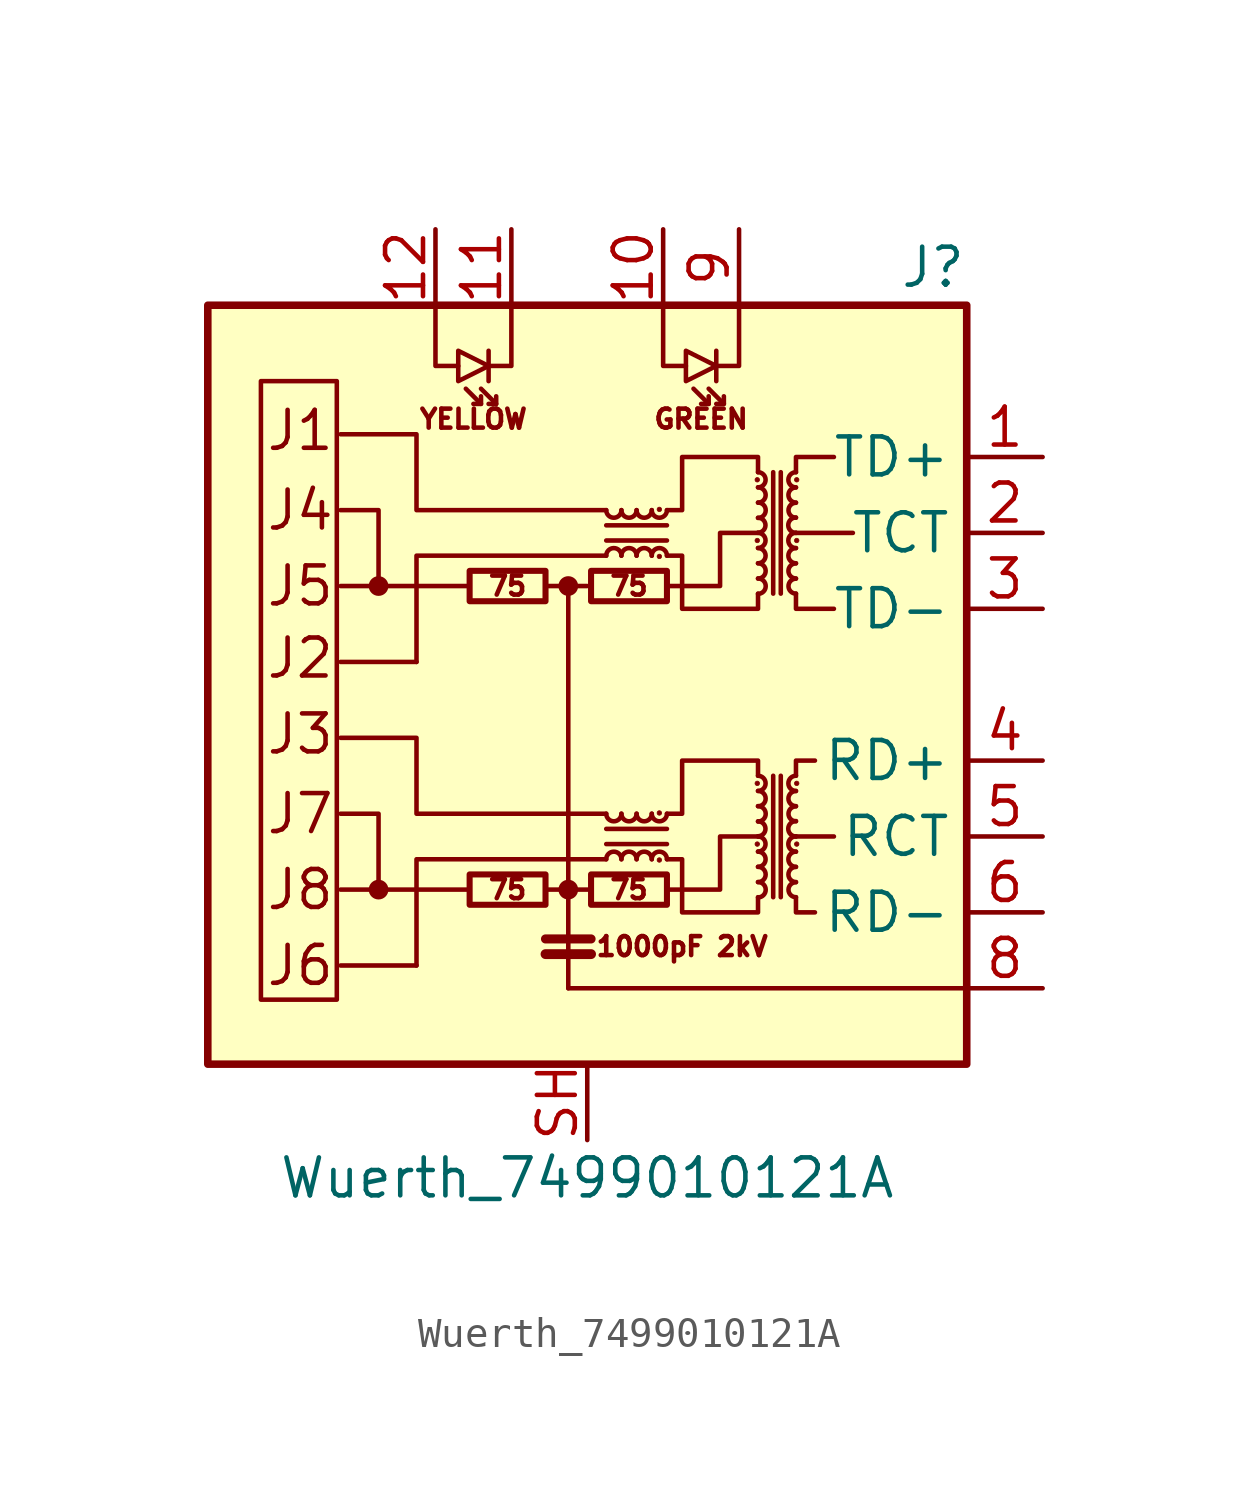
<source format=kicad_sym>
(kicad_symbol_lib
  (version 20220914)
  (generator kicad_symbol_editor)
  (symbol "Wuerth_7499010121A"
    (property "Reference" "J"
      (at 12.7 13.97 0)
      (effects (font (size 1.27 1.27)) (justify right)))
    (property "Value" "Wuerth_7499010121A"
      (at 0 -16.51 0)
      (effects (font (size 1.27 1.27))))
    (symbol "Wuerth_7499010121A_0_0"
      (rectangle (start -12.7 12.7) (end 12.7 -12.7) (stroke (width 0.254) (type solid)) (fill (type background)))
      (polyline (pts (xy -3.937 -6.858) (xy -8.255 -6.858)) (stroke (width 0) (type solid)) (fill (type none)))
      (polyline (pts (xy -3.937 3.302) (xy -8.255 3.302)) (stroke (width 0) (type solid)) (fill (type none)))
      (polyline (pts (xy -0.635 -10.16) (xy 12.7 -10.16)) (stroke (width 0) (type solid)) (fill (type none)))
      (polyline (pts (xy 8.255 -5.08) (xy 6.985 -5.08)) (stroke (width 0) (type solid)) (fill (type none)))
      (polyline (pts (xy 8.89 5.08) (xy 6.985 5.08)) (stroke (width 0) (type solid)) (fill (type none)))
      (polyline (pts (xy 0.635 -4.318) (xy -5.715 -4.318) (xy -5.715 -1.778) (xy -8.255 -1.778)) (stroke (width 0) (type solid)) (fill (type none)))
      (polyline (pts (xy 0.635 5.842) (xy -5.715 5.842) (xy -5.715 8.382) (xy -8.255 8.382)) (stroke (width 0) (type solid)) (fill (type none)))
      (polyline (pts (xy 2.667 -6.858) (xy 4.445 -6.858) (xy 4.445 -5.08) (xy 5.715 -5.08)) (stroke (width 0) (type solid)) (fill (type none)))
      (polyline (pts (xy 2.667 3.302) (xy 4.445 3.302) (xy 4.445 5.08) (xy 5.715 5.08)) (stroke (width 0) (type solid)) (fill (type none)))
      (text "1000pF 2kV" (at 3.175 -8.763 0) (effects (font (size 0.635 0.635))))
      (text "75" (at -2.667 -6.858 0) (effects (font (size 0.635 0.635))))
      (text "75" (at -2.667 3.302 0) (effects (font (size 0.635 0.635))))
      (text "75" (at 1.397 -6.858 0) (effects (font (size 0.635 0.635))))
      (text "75" (at 1.397 3.302 0) (effects (font (size 0.635 0.635))))
      (text "GREEN" (at 3.81 8.89 0) (effects (font (size 0.635 0.635))))
      (text "J1" (at -10.795 8.509 0) (effects (font (size 1.27 1.27)) (justify left)))
      (text "J2" (at -10.795 0.889 0) (effects (font (size 1.27 1.27)) (justify left)))
      (text "J3" (at -10.795 -1.651 0) (effects (font (size 1.27 1.27)) (justify left)))
      (text "J4" (at -10.795 5.842 0) (effects (font (size 1.27 1.27)) (justify left)))
      (text "J5" (at -10.795 3.302 0) (effects (font (size 1.27 1.27)) (justify left)))
      (text "J6" (at -10.795 -9.398 0) (effects (font (size 1.27 1.27)) (justify left)))
      (text "J7" (at -10.795 -4.318 0) (effects (font (size 1.27 1.27)) (justify left)))
      (text "J8" (at -10.795 -6.858 0) (effects (font (size 1.27 1.27)) (justify left)))
      (text "YELLOW" (at -3.81 8.89 0) (effects (font (size 0.635 0.635)))))
    (symbol "Wuerth_7499010121A_0_1"
      (rectangle (start -8.382 -10.541) (end -10.922 10.16) (stroke (width 0) (type solid)) (fill (type none)))
      (circle (center -6.985 -6.858) (radius 0.254) (stroke (width 0) (type solid)) (fill (type outline)))
      (circle (center -6.985 3.302) (radius 0.254) (stroke (width 0) (type solid)) (fill (type outline)))
      (rectangle (start -3.937 -7.366) (end -1.397 -6.35) (stroke (width 0.203) (type solid)) (fill (type none)))
      (rectangle (start -3.937 2.794) (end -1.397 3.81) (stroke (width 0.203) (type solid)) (fill (type none)))
      (circle (center -0.635 -6.858) (radius 0.254) (stroke (width 0) (type solid)) (fill (type outline)))
      (circle (center -0.635 3.302) (radius 0.254) (stroke (width 0) (type solid)) (fill (type outline)))
      (polyline (pts (xy -5.715 -9.398) (xy -8.255 -9.398)) (stroke (width 0) (type solid)) (fill (type none)))
      (polyline (pts (xy -5.715 0.762) (xy -8.255 0.762)) (stroke (width 0) (type solid)) (fill (type none)))
      (polyline (pts (xy -3.556 9.398) (xy -4.064 9.906)) (stroke (width 0) (type solid)) (fill (type none)))
      (polyline (pts (xy -3.302 11.176) (xy -3.302 10.16)) (stroke (width 0) (type solid)) (fill (type none)))
      (polyline (pts (xy -3.048 9.398) (xy -3.556 9.906)) (stroke (width 0) (type solid)) (fill (type none)))
      (polyline (pts (xy -1.397 -9.017) (xy 0.127 -9.017)) (stroke (width 0.33) (type solid)) (fill (type none)))
      (polyline (pts (xy -1.397 -8.509) (xy 0.127 -8.509)) (stroke (width 0.305) (type solid)) (fill (type none)))
      (polyline (pts (xy -0.635 3.302) (xy -1.397 3.302)) (stroke (width 0) (type solid)) (fill (type none)))
      (polyline (pts (xy 0.127 -6.858) (xy -1.397 -6.858)) (stroke (width 0) (type solid)) (fill (type none)))
      (polyline (pts (xy 0.635 -5.334) (xy 2.667 -5.334)) (stroke (width 0) (type solid)) (fill (type none)))
      (polyline (pts (xy 0.635 4.826) (xy 2.667 4.826)) (stroke (width 0) (type solid)) (fill (type none)))
      (polyline (pts (xy 2.667 -4.826) (xy 0.635 -4.826)) (stroke (width 0) (type solid)) (fill (type none)))
      (polyline (pts (xy 2.667 5.334) (xy 0.635 5.334)) (stroke (width 0) (type solid)) (fill (type none)))
      (polyline (pts (xy 4.064 9.398) (xy 3.556 9.906)) (stroke (width 0) (type solid)) (fill (type none)))
      (polyline (pts (xy 4.318 11.176) (xy 4.318 10.16)) (stroke (width 0) (type solid)) (fill (type none)))
      (polyline (pts (xy 4.572 9.398) (xy 4.064 9.906)) (stroke (width 0) (type solid)) (fill (type none)))
      (polyline (pts (xy 6.223 -3.048) (xy 6.223 -7.112)) (stroke (width 0) (type solid)) (fill (type none)))
      (polyline (pts (xy 6.223 7.112) (xy 6.223 3.048)) (stroke (width 0) (type solid)) (fill (type none)))
      (polyline (pts (xy 6.477 -7.112) (xy 6.477 -3.048)) (stroke (width 0) (type solid)) (fill (type none)))
      (polyline (pts (xy 6.477 3.048) (xy 6.477 7.112)) (stroke (width 0) (type solid)) (fill (type none)))
      (polyline (pts (xy -6.985 -6.858) (xy -6.985 -4.318) (xy -8.255 -4.318)) (stroke (width 0) (type solid)) (fill (type none)))
      (polyline (pts (xy -6.985 3.302) (xy -6.985 5.842) (xy -8.255 5.842)) (stroke (width 0) (type solid)) (fill (type none)))
      (polyline (pts (xy -5.08 12.7) (xy -5.08 10.668) (xy -4.318 10.668)) (stroke (width 0) (type solid)) (fill (type none)))
      (polyline (pts (xy -3.556 9.652) (xy -3.556 9.398) (xy -3.81 9.398)) (stroke (width 0) (type solid)) (fill (type none)))
      (polyline (pts (xy -3.048 9.652) (xy -3.048 9.398) (xy -3.302 9.398)) (stroke (width 0) (type solid)) (fill (type none)))
      (polyline (pts (xy -2.54 12.7) (xy -2.54 10.668) (xy -3.302 10.668)) (stroke (width 0) (type solid)) (fill (type none)))
      (polyline (pts (xy -0.635 -10.16) (xy -0.635 3.302) (xy 0 3.302)) (stroke (width 0) (type solid)) (fill (type none)))
      (polyline (pts (xy 0.635 -5.842) (xy -5.715 -5.842) (xy -5.715 -9.398)) (stroke (width 0) (type solid)) (fill (type none)))
      (polyline (pts (xy 0.635 4.318) (xy -5.715 4.318) (xy -5.715 0.762)) (stroke (width 0) (type solid)) (fill (type none)))
      (polyline (pts (xy 2.54 12.7) (xy 2.54 10.668) (xy 3.302 10.668)) (stroke (width 0) (type solid)) (fill (type none)))
      (polyline (pts (xy 4.064 9.652) (xy 4.064 9.398) (xy 3.81 9.398)) (stroke (width 0) (type solid)) (fill (type none)))
      (polyline (pts (xy 4.572 9.652) (xy 4.572 9.398) (xy 4.318 9.398)) (stroke (width 0) (type solid)) (fill (type none)))
      (polyline (pts (xy 5.08 12.7) (xy 5.08 10.668) (xy 4.318 10.668)) (stroke (width 0) (type solid)) (fill (type none)))
      (polyline (pts (xy 6.985 -7.112) (xy 6.985 -7.62) (xy 7.62 -7.62)) (stroke (width 0) (type solid)) (fill (type none)))
      (polyline (pts (xy 6.985 -3.048) (xy 6.985 -2.54) (xy 7.62 -2.54)) (stroke (width 0) (type solid)) (fill (type none)))
      (polyline (pts (xy 6.985 3.048) (xy 6.985 2.54) (xy 8.255 2.54)) (stroke (width 0) (type solid)) (fill (type none)))
      (polyline (pts (xy 6.985 7.112) (xy 6.985 7.62) (xy 8.255 7.62)) (stroke (width 0) (type solid)) (fill (type none)))
      (polyline (pts (xy -3.302 10.668) (xy -4.318 11.176) (xy -4.318 10.16) (xy -3.302 10.668)) (stroke (width 0) (type solid)) (fill (type none)))
      (polyline (pts (xy 4.318 10.668) (xy 3.302 11.176) (xy 3.302 10.16) (xy 4.318 10.668)) (stroke (width 0) (type solid)) (fill (type none)))
      (polyline (pts (xy 2.667 -4.318) (xy 3.175 -4.318) (xy 3.175 -2.54) (xy 5.715 -2.54) (xy 5.715 -3.048)) (stroke (width 0) (type solid)) (fill (type none)))
      (polyline (pts (xy 2.667 5.842) (xy 3.175 5.842) (xy 3.175 7.62) (xy 5.715 7.62) (xy 5.715 7.112)) (stroke (width 0) (type solid)) (fill (type none)))
      (polyline (pts (xy 5.715 -7.112) (xy 5.715 -7.62) (xy 3.175 -7.62) (xy 3.175 -5.842) (xy 2.667 -5.842)) (stroke (width 0) (type solid)) (fill (type none)))
      (polyline (pts (xy 5.715 3.048) (xy 5.715 2.54) (xy 3.175 2.54) (xy 3.175 4.318) (xy 2.667 4.318)) (stroke (width 0) (type solid)) (fill (type none)))
      (rectangle (start 0.127 -7.366) (end 2.667 -6.35) (stroke (width 0.203) (type solid)) (fill (type none)))
      (rectangle (start 0.127 2.794) (end 2.667 3.81) (stroke (width 0.203) (type solid)) (fill (type none)))
      (arc (start 0.635 -4.318) (mid 0.889 -4.5709) (end 1.143 -4.318) (stroke (width 0) (type solid)) (fill (type none)))
      (arc (start 0.635 5.842) (mid 0.889 5.5891) (end 1.143 5.842) (stroke (width 0) (type solid)) (fill (type none)))
      (arc (start 1.143 -5.842) (mid 0.889 -5.5891) (end 0.635 -5.842) (stroke (width 0) (type solid)) (fill (type none)))
      (arc (start 1.143 -4.318) (mid 1.397 -4.5709) (end 1.651 -4.318) (stroke (width 0) (type solid)) (fill (type none)))
      (arc (start 1.143 4.318) (mid 0.889 4.5709) (end 0.635 4.318) (stroke (width 0) (type solid)) (fill (type none)))
      (arc (start 1.143 5.842) (mid 1.397 5.5891) (end 1.651 5.842) (stroke (width 0) (type solid)) (fill (type none)))
      (arc (start 1.651 -5.842) (mid 1.397 -5.5891) (end 1.143 -5.842) (stroke (width 0) (type solid)) (fill (type none)))
      (arc (start 1.651 -4.318) (mid 1.905 -4.5709) (end 2.159 -4.318) (stroke (width 0) (type solid)) (fill (type none)))
      (arc (start 1.651 4.318) (mid 1.397 4.5709) (end 1.143 4.318) (stroke (width 0) (type solid)) (fill (type none)))
      (arc (start 1.651 5.842) (mid 1.905 5.5891) (end 2.159 5.842) (stroke (width 0) (type solid)) (fill (type none)))
      (arc (start 2.159 -5.842) (mid 1.905 -5.5891) (end 1.651 -5.842) (stroke (width 0) (type solid)) (fill (type none)))
      (arc (start 2.159 -4.318) (mid 2.413 -4.5709) (end 2.667 -4.318) (stroke (width 0) (type solid)) (fill (type none)))
      (arc (start 2.159 4.318) (mid 1.905 4.5709) (end 1.651 4.318) (stroke (width 0) (type solid)) (fill (type none)))
      (arc (start 2.159 5.842) (mid 2.413 5.5891) (end 2.667 5.842) (stroke (width 0) (type solid)) (fill (type none)))
      (circle (center 2.413 -5.867) (radius 0.076) (stroke (width 0.025) (type solid)) (fill (type outline)))
      (circle (center 2.413 -4.293) (radius 0.076) (stroke (width 0.025) (type solid)) (fill (type outline)))
      (circle (center 2.413 4.293) (radius 0.076) (stroke (width 0.025) (type solid)) (fill (type outline)))
      (circle (center 2.413 5.867) (radius 0.076) (stroke (width 0.025) (type solid)) (fill (type outline)))
      (arc (start 2.667 -5.842) (mid 2.413 -5.5891) (end 2.159 -5.842) (stroke (width 0) (type solid)) (fill (type none)))
      (arc (start 2.667 4.318) (mid 2.413 4.5709) (end 2.159 4.318) (stroke (width 0) (type solid)) (fill (type none)))
      (circle (center 5.69 -5.334) (radius 0.076) (stroke (width 0.025) (type solid)) (fill (type outline)))
      (circle (center 5.69 -3.302) (radius 0.076) (stroke (width 0.025) (type solid)) (fill (type outline)))
      (circle (center 5.69 4.826) (radius 0.076) (stroke (width 0.025) (type solid)) (fill (type outline)))
      (circle (center 5.69 6.858) (radius 0.076) (stroke (width 0.025) (type solid)) (fill (type outline)))
      (arc (start 5.715 -7.112) (mid 5.9679 -6.858) (end 5.715 -6.604) (stroke (width 0) (type solid)) (fill (type none)))
      (arc (start 5.715 -6.604) (mid 5.9679 -6.35) (end 5.715 -6.096) (stroke (width 0) (type solid)) (fill (type none)))
      (arc (start 5.715 -6.096) (mid 5.9679 -5.842) (end 5.715 -5.588) (stroke (width 0) (type solid)) (fill (type none)))
      (arc (start 5.715 -5.588) (mid 5.9679 -5.334) (end 5.715 -5.08) (stroke (width 0) (type solid)) (fill (type none)))
      (arc (start 5.715 -5.08) (mid 5.9679 -4.826) (end 5.715 -4.572) (stroke (width 0) (type solid)) (fill (type none)))
      (arc (start 5.715 -4.572) (mid 5.9679 -4.318) (end 5.715 -4.064) (stroke (width 0) (type solid)) (fill (type none)))
      (arc (start 5.715 -4.064) (mid 5.9679 -3.81) (end 5.715 -3.556) (stroke (width 0) (type solid)) (fill (type none)))
      (arc (start 5.715 -3.556) (mid 5.9679 -3.302) (end 5.715 -3.048) (stroke (width 0) (type solid)) (fill (type none)))
      (arc (start 5.715 3.048) (mid 5.9679 3.302) (end 5.715 3.556) (stroke (width 0) (type solid)) (fill (type none)))
      (arc (start 5.715 3.556) (mid 5.9679 3.81) (end 5.715 4.064) (stroke (width 0) (type solid)) (fill (type none)))
      (arc (start 5.715 4.064) (mid 5.9679 4.318) (end 5.715 4.572) (stroke (width 0) (type solid)) (fill (type none)))
      (arc (start 5.715 4.572) (mid 5.9679 4.826) (end 5.715 5.08) (stroke (width 0) (type solid)) (fill (type none)))
      (arc (start 5.715 5.08) (mid 5.9679 5.334) (end 5.715 5.588) (stroke (width 0) (type solid)) (fill (type none)))
      (arc (start 5.715 5.588) (mid 5.9679 5.842) (end 5.715 6.096) (stroke (width 0) (type solid)) (fill (type none)))
      (arc (start 5.715 6.096) (mid 5.9679 6.35) (end 5.715 6.604) (stroke (width 0) (type solid)) (fill (type none)))
      (arc (start 5.715 6.604) (mid 5.9679 6.858) (end 5.715 7.112) (stroke (width 0) (type solid)) (fill (type none)))
      (arc (start 6.985 -6.604) (mid 6.7321 -6.858) (end 6.985 -7.112) (stroke (width 0) (type solid)) (fill (type none)))
      (arc (start 6.985 -6.096) (mid 6.7321 -6.35) (end 6.985 -6.604) (stroke (width 0) (type solid)) (fill (type none)))
      (arc (start 6.985 -5.588) (mid 6.7321 -5.842) (end 6.985 -6.096) (stroke (width 0) (type solid)) (fill (type none)))
      (arc (start 6.985 -5.08) (mid 6.7321 -5.334) (end 6.985 -5.588) (stroke (width 0) (type solid)) (fill (type none)))
      (arc (start 6.985 -4.572) (mid 6.7321 -4.826) (end 6.985 -5.08) (stroke (width 0) (type solid)) (fill (type none)))
      (arc (start 6.985 -4.064) (mid 6.7321 -4.318) (end 6.985 -4.572) (stroke (width 0) (type solid)) (fill (type none)))
      (arc (start 6.985 -3.556) (mid 6.7321 -3.81) (end 6.985 -4.064) (stroke (width 0) (type solid)) (fill (type none)))
      (arc (start 6.985 -3.048) (mid 6.7321 -3.302) (end 6.985 -3.556) (stroke (width 0) (type solid)) (fill (type none)))
      (arc (start 6.985 3.556) (mid 6.7321 3.302) (end 6.985 3.048) (stroke (width 0) (type solid)) (fill (type none)))
      (arc (start 6.985 4.064) (mid 6.7321 3.81) (end 6.985 3.556) (stroke (width 0) (type solid)) (fill (type none)))
      (arc (start 6.985 4.572) (mid 6.7321 4.318) (end 6.985 4.064) (stroke (width 0) (type solid)) (fill (type none)))
      (arc (start 6.985 5.08) (mid 6.7321 4.826) (end 6.985 4.572) (stroke (width 0) (type solid)) (fill (type none)))
      (arc (start 6.985 5.588) (mid 6.7321 5.334) (end 6.985 5.08) (stroke (width 0) (type solid)) (fill (type none)))
      (arc (start 6.985 6.096) (mid 6.7321 5.842) (end 6.985 5.588) (stroke (width 0) (type solid)) (fill (type none)))
      (arc (start 6.985 6.604) (mid 6.7321 6.35) (end 6.985 6.096) (stroke (width 0) (type solid)) (fill (type none)))
      (arc (start 6.985 7.112) (mid 6.7321 6.858) (end 6.985 6.604) (stroke (width 0) (type solid)) (fill (type none)))
      (circle (center 7.01 -5.334) (radius 0.076) (stroke (width 0.025) (type solid)) (fill (type outline)))
      (circle (center 7.01 -3.302) (radius 0.076) (stroke (width 0.025) (type solid)) (fill (type outline)))
      (circle (center 7.01 4.826) (radius 0.076) (stroke (width 0.025) (type solid)) (fill (type outline)))
      (circle (center 7.01 6.858) (radius 0.076) (stroke (width 0.025) (type solid)) (fill (type outline))))
    (symbol "Wuerth_7499010121A_1_1"
      (pin passive line (at 15.24 7.62 180) (length 2.54) (name "TD+" (effects (font (size 1.27 1.27)))) (number "1" (effects (font (size 1.27 1.27)))))
      (pin passive line (at 2.54 15.24 270) (length 2.54) (name "~" (effects (font (size 1.27 1.27)))) (number "10" (effects (font (size 1.27 1.27)))))
      (pin passive line (at -2.54 15.24 270) (length 2.54) (name "~" (effects (font (size 1.27 1.27)))) (number "11" (effects (font (size 1.27 1.27)))))
      (pin passive line (at -5.08 15.24 270) (length 2.54) (name "~" (effects (font (size 1.27 1.27)))) (number "12" (effects (font (size 1.27 1.27)))))
      (pin passive line (at 15.24 5.08 180) (length 2.54) (name "TCT" (effects (font (size 1.27 1.27)))) (number "2" (effects (font (size 1.27 1.27)))))
      (pin passive line (at 15.24 2.54 180) (length 2.54) (name "TD-" (effects (font (size 1.27 1.27)))) (number "3" (effects (font (size 1.27 1.27)))))
      (pin passive line (at 15.24 -2.54 180) (length 2.54) (name "RD+" (effects (font (size 1.27 1.27)))) (number "4" (effects (font (size 1.27 1.27)))))
      (pin passive line (at 15.24 -5.08 180) (length 2.54) (name "RCT" (effects (font (size 1.27 1.27)))) (number "5" (effects (font (size 1.27 1.27)))))
      (pin passive line (at 15.24 -7.62 180) (length 2.54) (name "RD-" (effects (font (size 1.27 1.27)))) (number "6" (effects (font (size 1.27 1.27)))))
      (pin passive line (at 15.24 -10.16 180) (length 2.54) (name "~" (effects (font (size 1.27 1.27)))) (number "8" (effects (font (size 1.27 1.27)))))
      (pin passive line (at 5.08 15.24 270) (length 2.54) (name "~" (effects (font (size 1.27 1.27)))) (number "9" (effects (font (size 1.27 1.27)))))
      (pin passive line (at 0 -15.24 90) (length 2.54) (name "~" (effects (font (size 1.27 1.27)))) (number "SH" (effects (font (size 1.27 1.27))))))))
</source>
